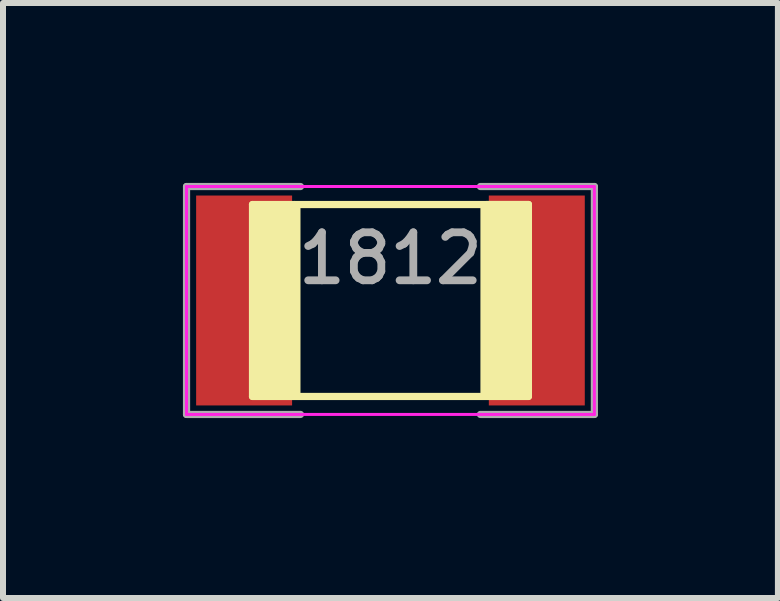
<source format=kicad_pcb>
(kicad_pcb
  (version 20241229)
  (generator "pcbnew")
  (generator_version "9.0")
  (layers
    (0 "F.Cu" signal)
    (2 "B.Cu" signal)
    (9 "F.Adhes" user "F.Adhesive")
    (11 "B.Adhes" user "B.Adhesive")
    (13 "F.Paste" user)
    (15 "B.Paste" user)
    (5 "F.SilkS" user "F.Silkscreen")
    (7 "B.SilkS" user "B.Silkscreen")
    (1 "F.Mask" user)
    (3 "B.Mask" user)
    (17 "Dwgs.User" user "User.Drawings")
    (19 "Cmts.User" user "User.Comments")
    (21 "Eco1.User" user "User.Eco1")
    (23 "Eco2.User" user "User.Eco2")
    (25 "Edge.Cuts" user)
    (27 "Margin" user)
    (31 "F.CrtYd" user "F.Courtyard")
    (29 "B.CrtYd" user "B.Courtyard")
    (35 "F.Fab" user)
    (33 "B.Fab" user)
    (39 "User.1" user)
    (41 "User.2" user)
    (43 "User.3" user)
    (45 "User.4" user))
  (footprint "1812"
    (layer "F.Cu")
    (at 3.46 1.96)
    (property "Reference" "1812" (at 0 -0.7 0) (layer "F.Fab") (effects (font (size 0.8 0.8) (thickness 0.13))))
    (attr smd)
    (fp_line (start -2.3 -1.6) (end -2.3 1.6) (stroke (width 0.12) (type solid)) (layer "F.SilkS"))
    (fp_line (start -2.3 -1.6) (end -1.6 -1.6) (stroke (width 0.12) (type solid)) (layer "F.SilkS"))
    (fp_line (start -1.6 -1.6) (end 2.3 -1.6) (stroke (width 0.12) (type solid)) (layer "F.SilkS"))
    (fp_line (start 1.6 -1.6) (end 2.3 -1.6) (stroke (width 0.12) (type solid)) (layer "F.SilkS"))
    (fp_line (start 2.3 -1.6) (end 2.3 1.6) (stroke (width 0.12) (type solid)) (layer "F.SilkS"))
    (fp_line (start 2.3 1.6) (end -2.3 1.6) (stroke (width 0.12) (type solid)) (layer "F.SilkS"))
    (fp_poly (pts (xy -1.55 1.6) (xy -2.3 1.6) (xy -2.3 -1.6) (xy -1.55 -1.6)) (stroke (width 0.1) (type solid)) (fill yes) (layer "F.SilkS"))
    (fp_poly (pts (xy 2.3 1.6) (xy 1.55 1.6) (xy 1.55 -1.6) (xy 2.3 -1.6)) (stroke (width 0.1) (type solid)) (fill yes) (layer "F.SilkS"))
    (fp_line (start -3.4 -1.9) (end 3.4 -1.9) (stroke (width 0.05) (type solid)) (layer "F.CrtYd"))
    (fp_line (start -3.4 1.9) (end -3.4 -1.9) (stroke (width 0.05) (type solid)) (layer "F.CrtYd"))
    (fp_line (start 3.4 -1.9) (end 3.4 1.9) (stroke (width 0.05) (type solid)) (layer "F.CrtYd"))
    (fp_line (start 3.4 1.9) (end -3.4 1.9) (stroke (width 0.05) (type solid)) (layer "F.CrtYd"))
    (fp_line (start -3.4 -1.9) (end -3.4 1.9) (stroke (width 0.12) (type solid)) (layer "F.Fab"))
    (fp_line (start -3.4 1.9) (end -1.5 1.9) (stroke (width 0.12) (type solid)) (layer "F.Fab"))
    (fp_line (start -1.5 -1.9) (end -3.4 -1.9) (stroke (width 0.12) (type solid)) (layer "F.Fab"))
    (fp_line (start 1.5 -1.9) (end 3.4 -1.9) (stroke (width 0.12) (type solid)) (layer "F.Fab"))
    (fp_line (start 3.4 -1.9) (end 3.4 1.9) (stroke (width 0.12) (type solid)) (layer "F.Fab"))
    (fp_line (start 3.4 1.9) (end 1.5 1.9) (stroke (width 0.12) (type solid)) (layer "F.Fab"))
    (pad "1" smd rect (at -2.44 0) (size 1.6 3.5) (layers "F.Cu" "F.Mask" "F.Paste"))
    (pad "2" smd rect (at 2.44 0) (size 1.6 3.5) (layers "F.Cu" "F.Mask" "F.Paste")))
  (gr_rect
    (start -3 -3)
    (end 9.92 6.92)
    (stroke (width 0.1) (type default))
    (fill no)
    (layer "Edge.Cuts")))
</source>
